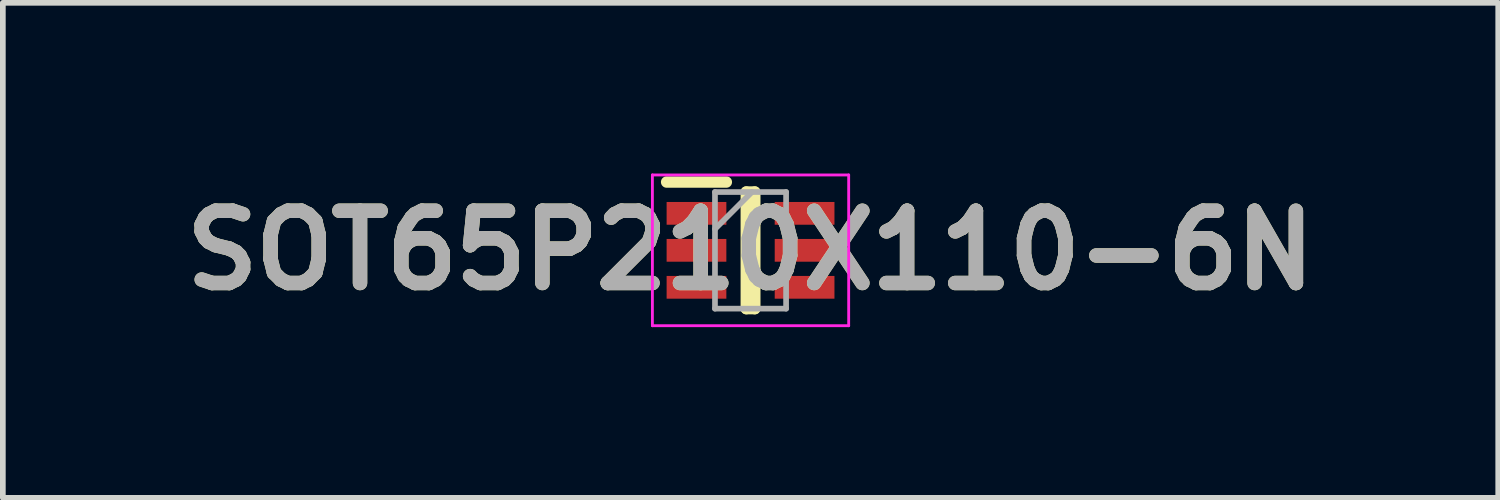
<source format=kicad_pcb>
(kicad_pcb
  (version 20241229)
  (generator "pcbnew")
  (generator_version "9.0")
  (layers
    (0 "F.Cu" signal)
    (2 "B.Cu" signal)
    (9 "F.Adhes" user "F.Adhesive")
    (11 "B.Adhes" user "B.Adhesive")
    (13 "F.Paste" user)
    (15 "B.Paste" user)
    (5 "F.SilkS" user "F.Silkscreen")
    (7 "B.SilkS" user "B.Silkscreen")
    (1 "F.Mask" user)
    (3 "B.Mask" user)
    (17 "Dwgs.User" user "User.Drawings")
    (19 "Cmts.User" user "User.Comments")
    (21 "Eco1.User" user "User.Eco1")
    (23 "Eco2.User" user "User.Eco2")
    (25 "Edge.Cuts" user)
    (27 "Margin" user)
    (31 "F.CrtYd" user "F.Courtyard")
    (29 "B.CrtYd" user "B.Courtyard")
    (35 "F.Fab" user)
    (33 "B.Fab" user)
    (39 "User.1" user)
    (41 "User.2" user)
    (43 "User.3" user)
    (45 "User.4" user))
  (footprint "SOT65P210X110-6N"
    (layer "F.Cu")
    (at 10.142 1.35)
    (property "Reference" "SOT65P210X110-6N" (at 0 0 0) (layer "F.SilkS") (effects (font (size 1.27 1.27) (thickness 0.254))))
    (attr smd)
    (fp_line (start -1.475 -1.2) (end -0.425 -1.2) (stroke (width 0.2) (type solid)) (layer "F.SilkS"))
    (fp_line (start -0.075 -1.025) (end 0.075 -1.025) (stroke (width 0.2) (type solid)) (layer "F.SilkS"))
    (fp_line (start -0.075 1.025) (end -0.075 -1.025) (stroke (width 0.2) (type solid)) (layer "F.SilkS"))
    (fp_line (start 0.075 -1.025) (end 0.075 1.025) (stroke (width 0.2) (type solid)) (layer "F.SilkS"))
    (fp_line (start 0.075 1.025) (end -0.075 1.025) (stroke (width 0.2) (type solid)) (layer "F.SilkS"))
    (fp_line (start -1.725 -1.325) (end 1.725 -1.325) (stroke (width 0.05) (type solid)) (layer "F.CrtYd"))
    (fp_line (start -1.725 1.325) (end -1.725 -1.325) (stroke (width 0.05) (type solid)) (layer "F.CrtYd"))
    (fp_line (start 1.725 -1.325) (end 1.725 1.325) (stroke (width 0.05) (type solid)) (layer "F.CrtYd"))
    (fp_line (start 1.725 1.325) (end -1.725 1.325) (stroke (width 0.05) (type solid)) (layer "F.CrtYd"))
    (fp_line (start -0.625 -1.025) (end 0.625 -1.025) (stroke (width 0.1) (type solid)) (layer "F.Fab"))
    (fp_line (start -0.625 -0.375) (end 0.025 -1.025) (stroke (width 0.1) (type solid)) (layer "F.Fab"))
    (fp_line (start -0.625 1.025) (end -0.625 -1.025) (stroke (width 0.1) (type solid)) (layer "F.Fab"))
    (fp_line (start 0.625 -1.025) (end 0.625 1.025) (stroke (width 0.1) (type solid)) (layer "F.Fab"))
    (fp_line (start 0.625 1.025) (end -0.625 1.025) (stroke (width 0.1) (type solid)) (layer "F.Fab"))
    (fp_text user "${REFERENCE}" (at 0 0 0) (layer "F.Fab") (effects (font (size 1.27 1.27) (thickness 0.254))))
    (pad "1" smd rect (at -0.95 -0.65 90) (size 0.4 1.05) (layers "F.Cu" "F.Mask" "F.Paste"))
    (pad "2" smd rect (at -0.95 0 90) (size 0.4 1.05) (layers "F.Cu" "F.Mask" "F.Paste"))
    (pad "3" smd rect (at -0.95 0.65 90) (size 0.4 1.05) (layers "F.Cu" "F.Mask" "F.Paste"))
    (pad "4" smd rect (at 0.95 0.65 90) (size 0.4 1.05) (layers "F.Cu" "F.Mask" "F.Paste"))
    (pad "5" smd rect (at 0.95 0 90) (size 0.4 1.05) (layers "F.Cu" "F.Mask" "F.Paste"))
    (pad "6" smd rect (at 0.95 -0.65 90) (size 0.4 1.05) (layers "F.Cu" "F.Mask" "F.Paste")))
  (gr_rect
    (start -3 -3)
    (end 23.284 5.7)
    (stroke (width 0.1) (type default))
    (fill no)
    (layer "Edge.Cuts")))
</source>
